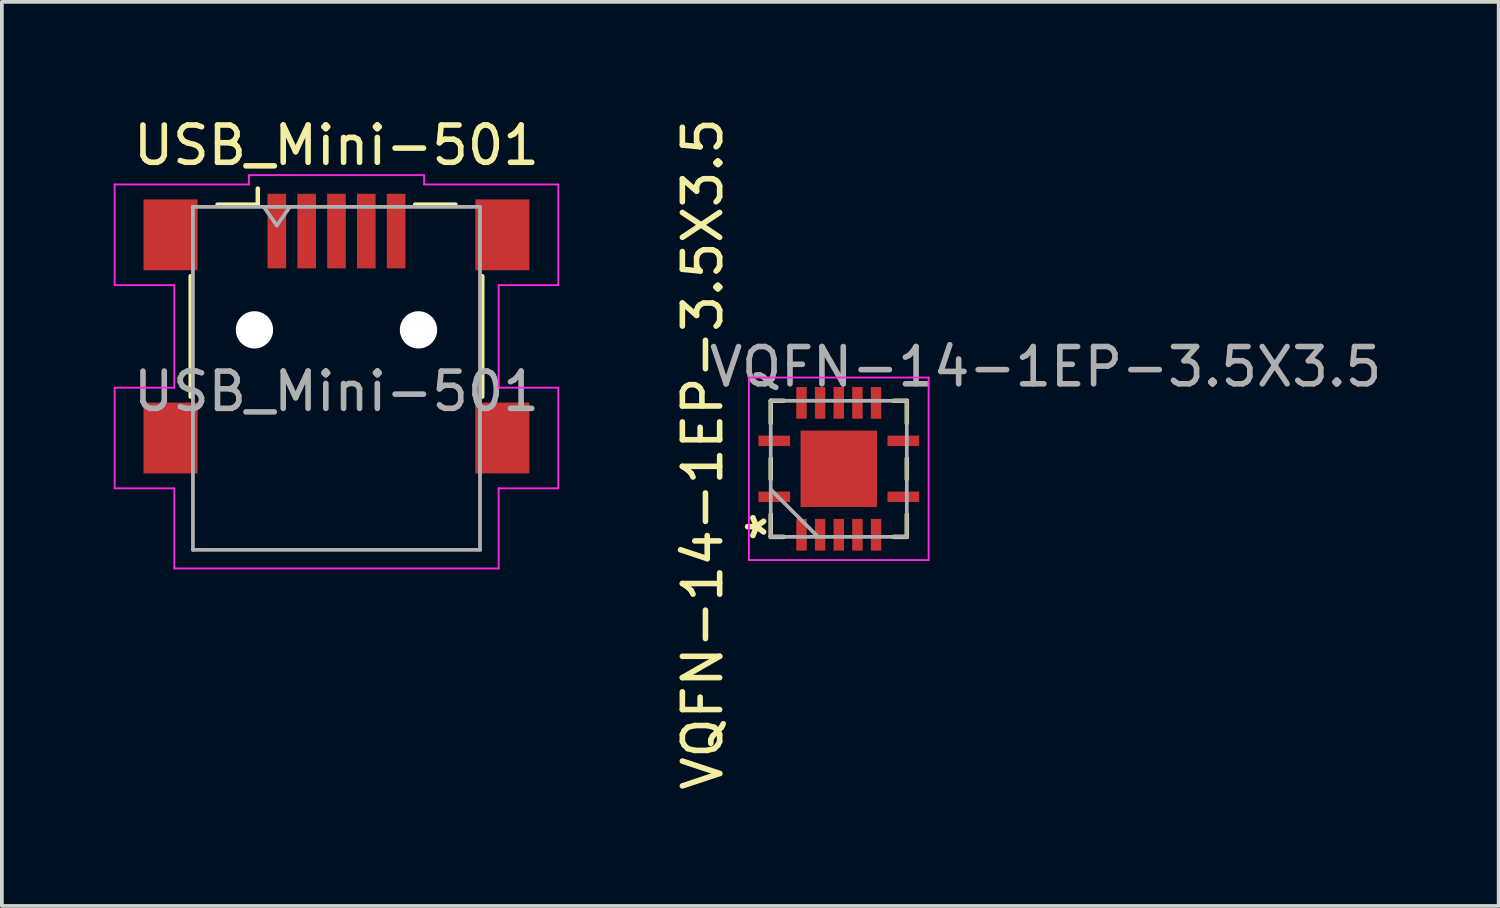
<source format=kicad_pcb>
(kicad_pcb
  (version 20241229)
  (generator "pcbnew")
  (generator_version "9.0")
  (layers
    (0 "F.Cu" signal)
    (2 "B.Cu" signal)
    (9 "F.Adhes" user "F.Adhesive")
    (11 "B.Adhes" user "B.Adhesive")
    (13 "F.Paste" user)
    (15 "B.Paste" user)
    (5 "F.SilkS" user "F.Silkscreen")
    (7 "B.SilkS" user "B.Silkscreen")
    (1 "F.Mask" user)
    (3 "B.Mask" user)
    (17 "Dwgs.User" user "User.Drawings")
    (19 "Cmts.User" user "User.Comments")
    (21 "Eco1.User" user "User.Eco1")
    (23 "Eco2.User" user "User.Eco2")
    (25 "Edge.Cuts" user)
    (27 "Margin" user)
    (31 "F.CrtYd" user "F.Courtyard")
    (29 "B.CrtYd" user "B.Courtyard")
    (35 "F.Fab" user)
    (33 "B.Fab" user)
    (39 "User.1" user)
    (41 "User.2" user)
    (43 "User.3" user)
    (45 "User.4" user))
  (footprint "USB_Mini-501"
    (layer "F.Cu")
    (at 5.975 5.848)
    (property "Reference" "USB_Mini-501" (at 0 -5 0) (layer "F.SilkS") (effects (font (size 1 1) (thickness 0.15))))
    (attr smd)
    (fp_line (start -3.91 1.74) (end -3.91 -1.49) (stroke (width 0.12) (type solid)) (layer "F.SilkS"))
    (fp_line (start -3.19 -3.41) (end -2.11 -3.41) (stroke (width 0.12) (type solid)) (layer "F.SilkS"))
    (fp_line (start -2.11 -3.41) (end -2.11 -3.84) (stroke (width 0.12) (type solid)) (layer "F.SilkS"))
    (fp_line (start 2.11 -3.41) (end 3.19 -3.41) (stroke (width 0.12) (type solid)) (layer "F.SilkS"))
    (fp_line (start 3.91 1.74) (end 3.91 -1.49) (stroke (width 0.12) (type solid)) (layer "F.SilkS"))
    (fp_line (start -5.95 -3.95) (end -5.95 -1.25) (stroke (width 0.05) (type solid)) (layer "F.CrtYd"))
    (fp_line (start -5.95 -3.95) (end -2.35 -3.95) (stroke (width 0.05) (type solid)) (layer "F.CrtYd"))
    (fp_line (start -5.95 1.5) (end -5.95 4.2) (stroke (width 0.05) (type solid)) (layer "F.CrtYd"))
    (fp_line (start -4.35 -1.25) (end -5.95 -1.25) (stroke (width 0.05) (type solid)) (layer "F.CrtYd"))
    (fp_line (start -4.35 -1.25) (end -4.35 1.5) (stroke (width 0.05) (type solid)) (layer "F.CrtYd"))
    (fp_line (start -4.35 1.5) (end -5.95 1.5) (stroke (width 0.05) (type solid)) (layer "F.CrtYd"))
    (fp_line (start -4.35 4.2) (end -5.95 4.2) (stroke (width 0.05) (type solid)) (layer "F.CrtYd"))
    (fp_line (start -4.35 6.35) (end -4.35 4.2) (stroke (width 0.05) (type solid)) (layer "F.CrtYd"))
    (fp_line (start -4.35 6.35) (end 4.35 6.35) (stroke (width 0.05) (type solid)) (layer "F.CrtYd"))
    (fp_line (start -2.35 -3.95) (end -2.35 -4.2) (stroke (width 0.05) (type solid)) (layer "F.CrtYd"))
    (fp_line (start 2.35 -4.2) (end -2.35 -4.2) (stroke (width 0.05) (type solid)) (layer "F.CrtYd"))
    (fp_line (start 2.35 -3.95) (end 2.35 -4.2) (stroke (width 0.05) (type solid)) (layer "F.CrtYd"))
    (fp_line (start 4.35 -1.25) (end 4.35 1.5) (stroke (width 0.05) (type solid)) (layer "F.CrtYd"))
    (fp_line (start 4.35 -1.25) (end 5.95 -1.25) (stroke (width 0.05) (type solid)) (layer "F.CrtYd"))
    (fp_line (start 4.35 1.5) (end 5.95 1.5) (stroke (width 0.05) (type solid)) (layer "F.CrtYd"))
    (fp_line (start 4.35 4.2) (end 5.95 4.2) (stroke (width 0.05) (type solid)) (layer "F.CrtYd"))
    (fp_line (start 4.35 6.35) (end 4.35 4.2) (stroke (width 0.05) (type solid)) (layer "F.CrtYd"))
    (fp_line (start 5.95 -3.95) (end 2.35 -3.95) (stroke (width 0.05) (type solid)) (layer "F.CrtYd"))
    (fp_line (start 5.95 -3.95) (end 5.95 -1.25) (stroke (width 0.05) (type solid)) (layer "F.CrtYd"))
    (fp_line (start 5.95 1.5) (end 5.95 4.2) (stroke (width 0.05) (type solid)) (layer "F.CrtYd"))
    (fp_line (start -3.85 -3.35) (end -3.85 5.85) (stroke (width 0.1) (type solid)) (layer "F.Fab"))
    (fp_line (start -3.85 -3.35) (end 3.85 -3.35) (stroke (width 0.1) (type solid)) (layer "F.Fab"))
    (fp_line (start -3.85 5.85) (end 3.85 5.85) (stroke (width 0.1) (type solid)) (layer "F.Fab"))
    (fp_line (start -1.95 -3.35) (end -1.6 -2.85) (stroke (width 0.1) (type solid)) (layer "F.Fab"))
    (fp_line (start -1.6 -2.85) (end -1.25 -3.35) (stroke (width 0.1) (type solid)) (layer "F.Fab"))
    (fp_line (start 3.85 5.85) (end 3.85 -3.35) (stroke (width 0.1) (type solid)) (layer "F.Fab"))
    (fp_text user "${REFERENCE}" (at 0 1.6 180) (layer "F.Fab") (effects (font (size 1 1) (thickness 0.15))))
    (pad "" np_thru_hole circle (at -2.2 -0.05) (size 1 1) (drill 1) (layers "*.Cu" "*.Mask"))
    (pad "" np_thru_hole circle (at 2.2 -0.05) (size 1 1) (drill 1) (layers "*.Cu" "*.Mask"))
    (pad "1" smd rect (at -1.6 -2.7) (size 0.5 2) (layers "F.Cu" "F.Mask" "F.Paste"))
    (pad "2" smd rect (at -0.8 -2.7) (size 0.5 2) (layers "F.Cu" "F.Mask" "F.Paste"))
    (pad "3" smd rect (at 0 -2.7) (size 0.5 2) (layers "F.Cu" "F.Mask" "F.Paste"))
    (pad "4" smd rect (at 0.8 -2.7) (size 0.5 2) (layers "F.Cu" "F.Mask" "F.Paste"))
    (pad "5" smd rect (at 1.6 -2.7) (size 0.5 2) (layers "F.Cu" "F.Mask" "F.Paste"))
    (pad "6" smd rect (at -4.45 -2.6) (size 1.45 1.9) (layers "F.Cu" "F.Mask" "F.Paste"))
    (pad "6" smd rect (at -4.45 2.85) (size 1.45 1.9) (layers "F.Cu" "F.Mask" "F.Paste"))
    (pad "6" smd rect (at 4.45 -2.6) (size 1.45 1.9) (layers "F.Cu" "F.Mask" "F.Paste"))
    (pad "6" smd rect (at 4.45 2.85) (size 1.45 1.9) (layers "F.Cu" "F.Mask" "F.Paste")))
  (footprint "VQFN-14-1EP-3.5X3.5"
    (layer "F.Cu")
    (at 19.448 9.5)
    (property "Reference" "VQFN-14-1EP-3.5X3.5" (at -3.65 -0.375 90) (layer "F.SilkS") (effects (font (size 1 1) (thickness 0.15))))
    (attr smd)
    (fp_rect (start -0.975 1) (end 0.975 -0.95) (stroke (width 0.12) (type solid)) (fill yes) (layer "F.Mask"))
    (fp_line (start -1.825 -1.8) (end -1.825 -1.198) (stroke (width 0.12) (type solid)) (layer "F.SilkS"))
    (fp_line (start -1.825 -0.252) (end -1.825 0.302) (stroke (width 0.12) (type solid)) (layer "F.SilkS"))
    (fp_line (start -1.825 1.248) (end -1.825 1.85) (stroke (width 0.12) (type solid)) (layer "F.SilkS"))
    (fp_line (start -1.825 1.85) (end -1.473 1.85) (stroke (width 0.12) (type solid)) (layer "F.SilkS"))
    (fp_line (start -1.473 -1.8) (end -1.825 -1.8) (stroke (width 0.12) (type solid)) (layer "F.SilkS"))
    (fp_line (start 1.473 1.85) (end 1.825 1.85) (stroke (width 0.12) (type solid)) (layer "F.SilkS"))
    (fp_line (start 1.825 -1.8) (end 1.473 -1.8) (stroke (width 0.12) (type solid)) (layer "F.SilkS"))
    (fp_line (start 1.825 -1.198) (end 1.825 -1.8) (stroke (width 0.12) (type solid)) (layer "F.SilkS"))
    (fp_line (start 1.825 0.302) (end 1.825 -0.252) (stroke (width 0.12) (type solid)) (layer "F.SilkS"))
    (fp_line (start 1.825 1.85) (end 1.825 1.248) (stroke (width 0.12) (type solid)) (layer "F.SilkS"))
    (fp_poly (pts (xy -2.105 -0.636) (xy -1.357 -0.636) (xy -1.357 -0.814) (xy -2.105 -0.814)) (stroke (width 0.1) (type solid)) (fill yes) (layer "F.Paste"))
    (fp_poly (pts (xy -2.105 0.864) (xy -1.357 0.864) (xy -1.357 0.686) (xy -2.105 0.686)) (stroke (width 0.1) (type solid)) (fill yes) (layer "F.Paste"))
    (fp_poly (pts (xy -1.089 -1.37) (xy -0.911 -1.37) (xy -0.911 -2.118) (xy -1.089 -2.118)) (stroke (width 0.1) (type solid)) (fill yes) (layer "F.Paste"))
    (fp_poly (pts (xy -1.089 2.168) (xy -0.911 2.168) (xy -0.911 1.42) (xy -1.089 1.42)) (stroke (width 0.1) (type solid)) (fill yes) (layer "F.Paste"))
    (fp_poly (pts (xy -0.589 -1.37) (xy -0.411 -1.37) (xy -0.411 -2.118) (xy -0.589 -2.118)) (stroke (width 0.1) (type solid)) (fill yes) (layer "F.Paste"))
    (fp_poly (pts (xy -0.589 2.168) (xy -0.411 2.168) (xy -0.411 1.42) (xy -0.589 1.42)) (stroke (width 0.1) (type solid)) (fill yes) (layer "F.Paste"))
    (fp_poly (pts (xy -0.089 -1.37) (xy 0.089 -1.37) (xy 0.089 -2.118) (xy -0.089 -2.118)) (stroke (width 0.1) (type solid)) (fill yes) (layer "F.Paste"))
    (fp_poly (pts (xy -0.089 2.168) (xy 0.089 2.168) (xy 0.089 1.42) (xy -0.089 1.42)) (stroke (width 0.1) (type solid)) (fill yes) (layer "F.Paste"))
    (fp_poly (pts (xy 0.411 -1.37) (xy 0.589 -1.37) (xy 0.589 -2.118) (xy 0.411 -2.118)) (stroke (width 0.1) (type solid)) (fill yes) (layer "F.Paste"))
    (fp_poly (pts (xy 0.411 2.168) (xy 0.589 2.168) (xy 0.589 1.42) (xy 0.411 1.42)) (stroke (width 0.1) (type solid)) (fill yes) (layer "F.Paste"))
    (fp_poly (pts (xy 0.911 -1.37) (xy 1.089 -1.37) (xy 1.089 -2.118) (xy 0.911 -2.118)) (stroke (width 0.1) (type solid)) (fill yes) (layer "F.Paste"))
    (fp_poly (pts (xy 0.911 2.168) (xy 1.089 2.168) (xy 1.089 1.42) (xy 0.911 1.42)) (stroke (width 0.1) (type solid)) (fill yes) (layer "F.Paste"))
    (fp_poly (pts (xy 1.357 -0.636) (xy 2.105 -0.636) (xy 2.105 -0.814) (xy 1.357 -0.814)) (stroke (width 0.1) (type solid)) (fill yes) (layer "F.Paste"))
    (fp_poly (pts (xy 1.357 0.864) (xy 2.105 0.864) (xy 2.105 0.686) (xy 1.357 0.686)) (stroke (width 0.1) (type solid)) (fill yes) (layer "F.Paste"))
    (fp_poly (pts (xy -0.95 -0.469) (xy -0.635 -0.469) (xy -0.494 -0.61) (xy -0.494 -0.925) (xy -0.95 -0.925)) (stroke (width 0.1) (type solid)) (fill yes) (layer "F.Paste"))
    (fp_poly (pts (xy 0.494 -0.61) (xy 0.635 -0.469) (xy 0.95 -0.469) (xy 0.95 -0.925) (xy 0.494 -0.925)) (stroke (width 0.1) (type solid)) (fill yes) (layer "F.Paste"))
    (fp_poly (pts (xy 0.494 0.975) (xy 0.95 0.975) (xy 0.95 0.519) (xy 0.635 0.519) (xy 0.494 0.66)) (stroke (width 0.1) (type solid)) (fill yes) (layer "F.Paste"))
    (fp_poly (pts (xy -0.95 0.319) (xy -0.635 0.319) (xy -0.494 0.177) (xy -0.494 -0.127) (xy -0.635 -0.269) (xy -0.95 -0.269)) (stroke (width 0.1) (type solid)) (fill yes) (layer "F.Paste"))
    (fp_poly (pts (xy -0.294 -0.61) (xy -0.152 -0.469) (xy 0.152 -0.469) (xy 0.294 -0.61) (xy 0.294 -0.925) (xy -0.294 -0.925)) (stroke (width 0.1) (type solid)) (fill yes) (layer "F.Paste"))
    (fp_poly (pts (xy -0.294 0.975) (xy 0.294 0.975) (xy 0.294 0.66) (xy 0.152 0.519) (xy -0.152 0.519) (xy -0.294 0.66)) (stroke (width 0.1) (type solid)) (fill yes) (layer "F.Paste"))
    (fp_poly (pts (xy 0.494 0.177) (xy 0.635 0.319) (xy 0.95 0.319) (xy 0.95 -0.269) (xy 0.635 -0.269) (xy 0.494 -0.127)) (stroke (width 0.1) (type solid)) (fill yes) (layer "F.Paste"))
    (fp_poly (pts (xy -0.294 0.177) (xy -0.152 0.319) (xy 0.152 0.319) (xy 0.294 0.177) (xy 0.294 -0.127) (xy 0.152 -0.269) (xy -0.152 -0.269) (xy -0.294 -0.127)) (stroke (width 0.1) (type solid)) (fill yes) (layer "F.Paste"))
    (fp_line (start -2.41 -2.423) (end 2.41 -2.423) (stroke (width 0.05) (type solid)) (layer "F.CrtYd"))
    (fp_line (start -2.41 2.473) (end -2.41 -2.423) (stroke (width 0.05) (type solid)) (layer "F.CrtYd"))
    (fp_line (start 2.41 -2.423) (end 2.41 2.473) (stroke (width 0.05) (type solid)) (layer "F.CrtYd"))
    (fp_line (start 2.41 2.473) (end -2.41 2.473) (stroke (width 0.05) (type solid)) (layer "F.CrtYd"))
    (fp_line (start -1.825 -1.8) (end -1.825 1.85) (stroke (width 0.1) (type solid)) (layer "F.Fab"))
    (fp_line (start -1.825 1.85) (end 1.825 1.85) (stroke (width 0.1) (type solid)) (layer "F.Fab"))
    (fp_line (start -0.555 1.85) (end -1.825 0.58) (stroke (width 0.1) (type solid)) (layer "F.Fab"))
    (fp_line (start 1.825 -1.8) (end -1.825 -1.8) (stroke (width 0.1) (type solid)) (layer "F.Fab"))
    (fp_line (start 1.825 1.85) (end 1.825 -1.8) (stroke (width 0.1) (type solid)) (layer "F.Fab"))
    (fp_text user "*" (at -1.9 1.575 90) (unlocked yes) (layer "F.SilkS") (effects (font (size 1 1) (thickness 0.15))))
    (fp_text user "${REFERENCE}" (at -3.55 -2.125 0) (unlocked yes) (layer "F.Fab") (effects (font (size 1 1) (thickness 0.15)) (justify left bottom)))
    (pad "1" smd rect (at -1.731 0.775 90) (size 0.28 0.85) (layers "F.Cu" "F.Mask"))
    (pad "2" smd rect (at -1 1.794 180) (size 0.28 0.85) (layers "F.Cu" "F.Mask"))
    (pad "3" smd rect (at -0.5 1.794 180) (size 0.28 0.85) (layers "F.Cu" "F.Mask"))
    (pad "4" smd rect (at 0 1.794 180) (size 0.28 0.85) (layers "F.Cu" "F.Mask"))
    (pad "5" smd rect (at 0.5 1.794 180) (size 0.28 0.85) (layers "F.Cu" "F.Mask"))
    (pad "6" smd rect (at 1 1.794 180) (size 0.28 0.85) (layers "F.Cu" "F.Mask"))
    (pad "7" smd rect (at 1.731 0.775 90) (size 0.28 0.85) (layers "F.Cu" "F.Mask"))
    (pad "8" smd rect (at 1.731 -0.725 90) (size 0.28 0.85) (layers "F.Cu" "F.Mask"))
    (pad "9" smd rect (at 1 -1.744 180) (size 0.28 0.85) (layers "F.Cu" "F.Mask"))
    (pad "10" smd rect (at 0.5 -1.744 180) (size 0.28 0.85) (layers "F.Cu" "F.Mask"))
    (pad "11" smd rect (at 0 -1.744 180) (size 0.28 0.85) (layers "F.Cu" "F.Mask"))
    (pad "12" smd rect (at -0.5 -1.744 180) (size 0.28 0.85) (layers "F.Cu" "F.Mask"))
    (pad "13" smd rect (at -1 -1.744 180) (size 0.28 0.85) (layers "F.Cu" "F.Mask"))
    (pad "14" smd rect (at -1.731 -0.725 90) (size 0.28 0.85) (layers "F.Cu" "F.Mask"))
    (pad "15" smd rect (at 0 0.025 90) (size 2.05 2.05) (layers "F.Cu")))
  (gr_rect
    (start -3 -3)
    (end 37.148 21.25)
    (stroke (width 0.1) (type default))
    (fill no)
    (layer "Edge.Cuts")))
</source>
